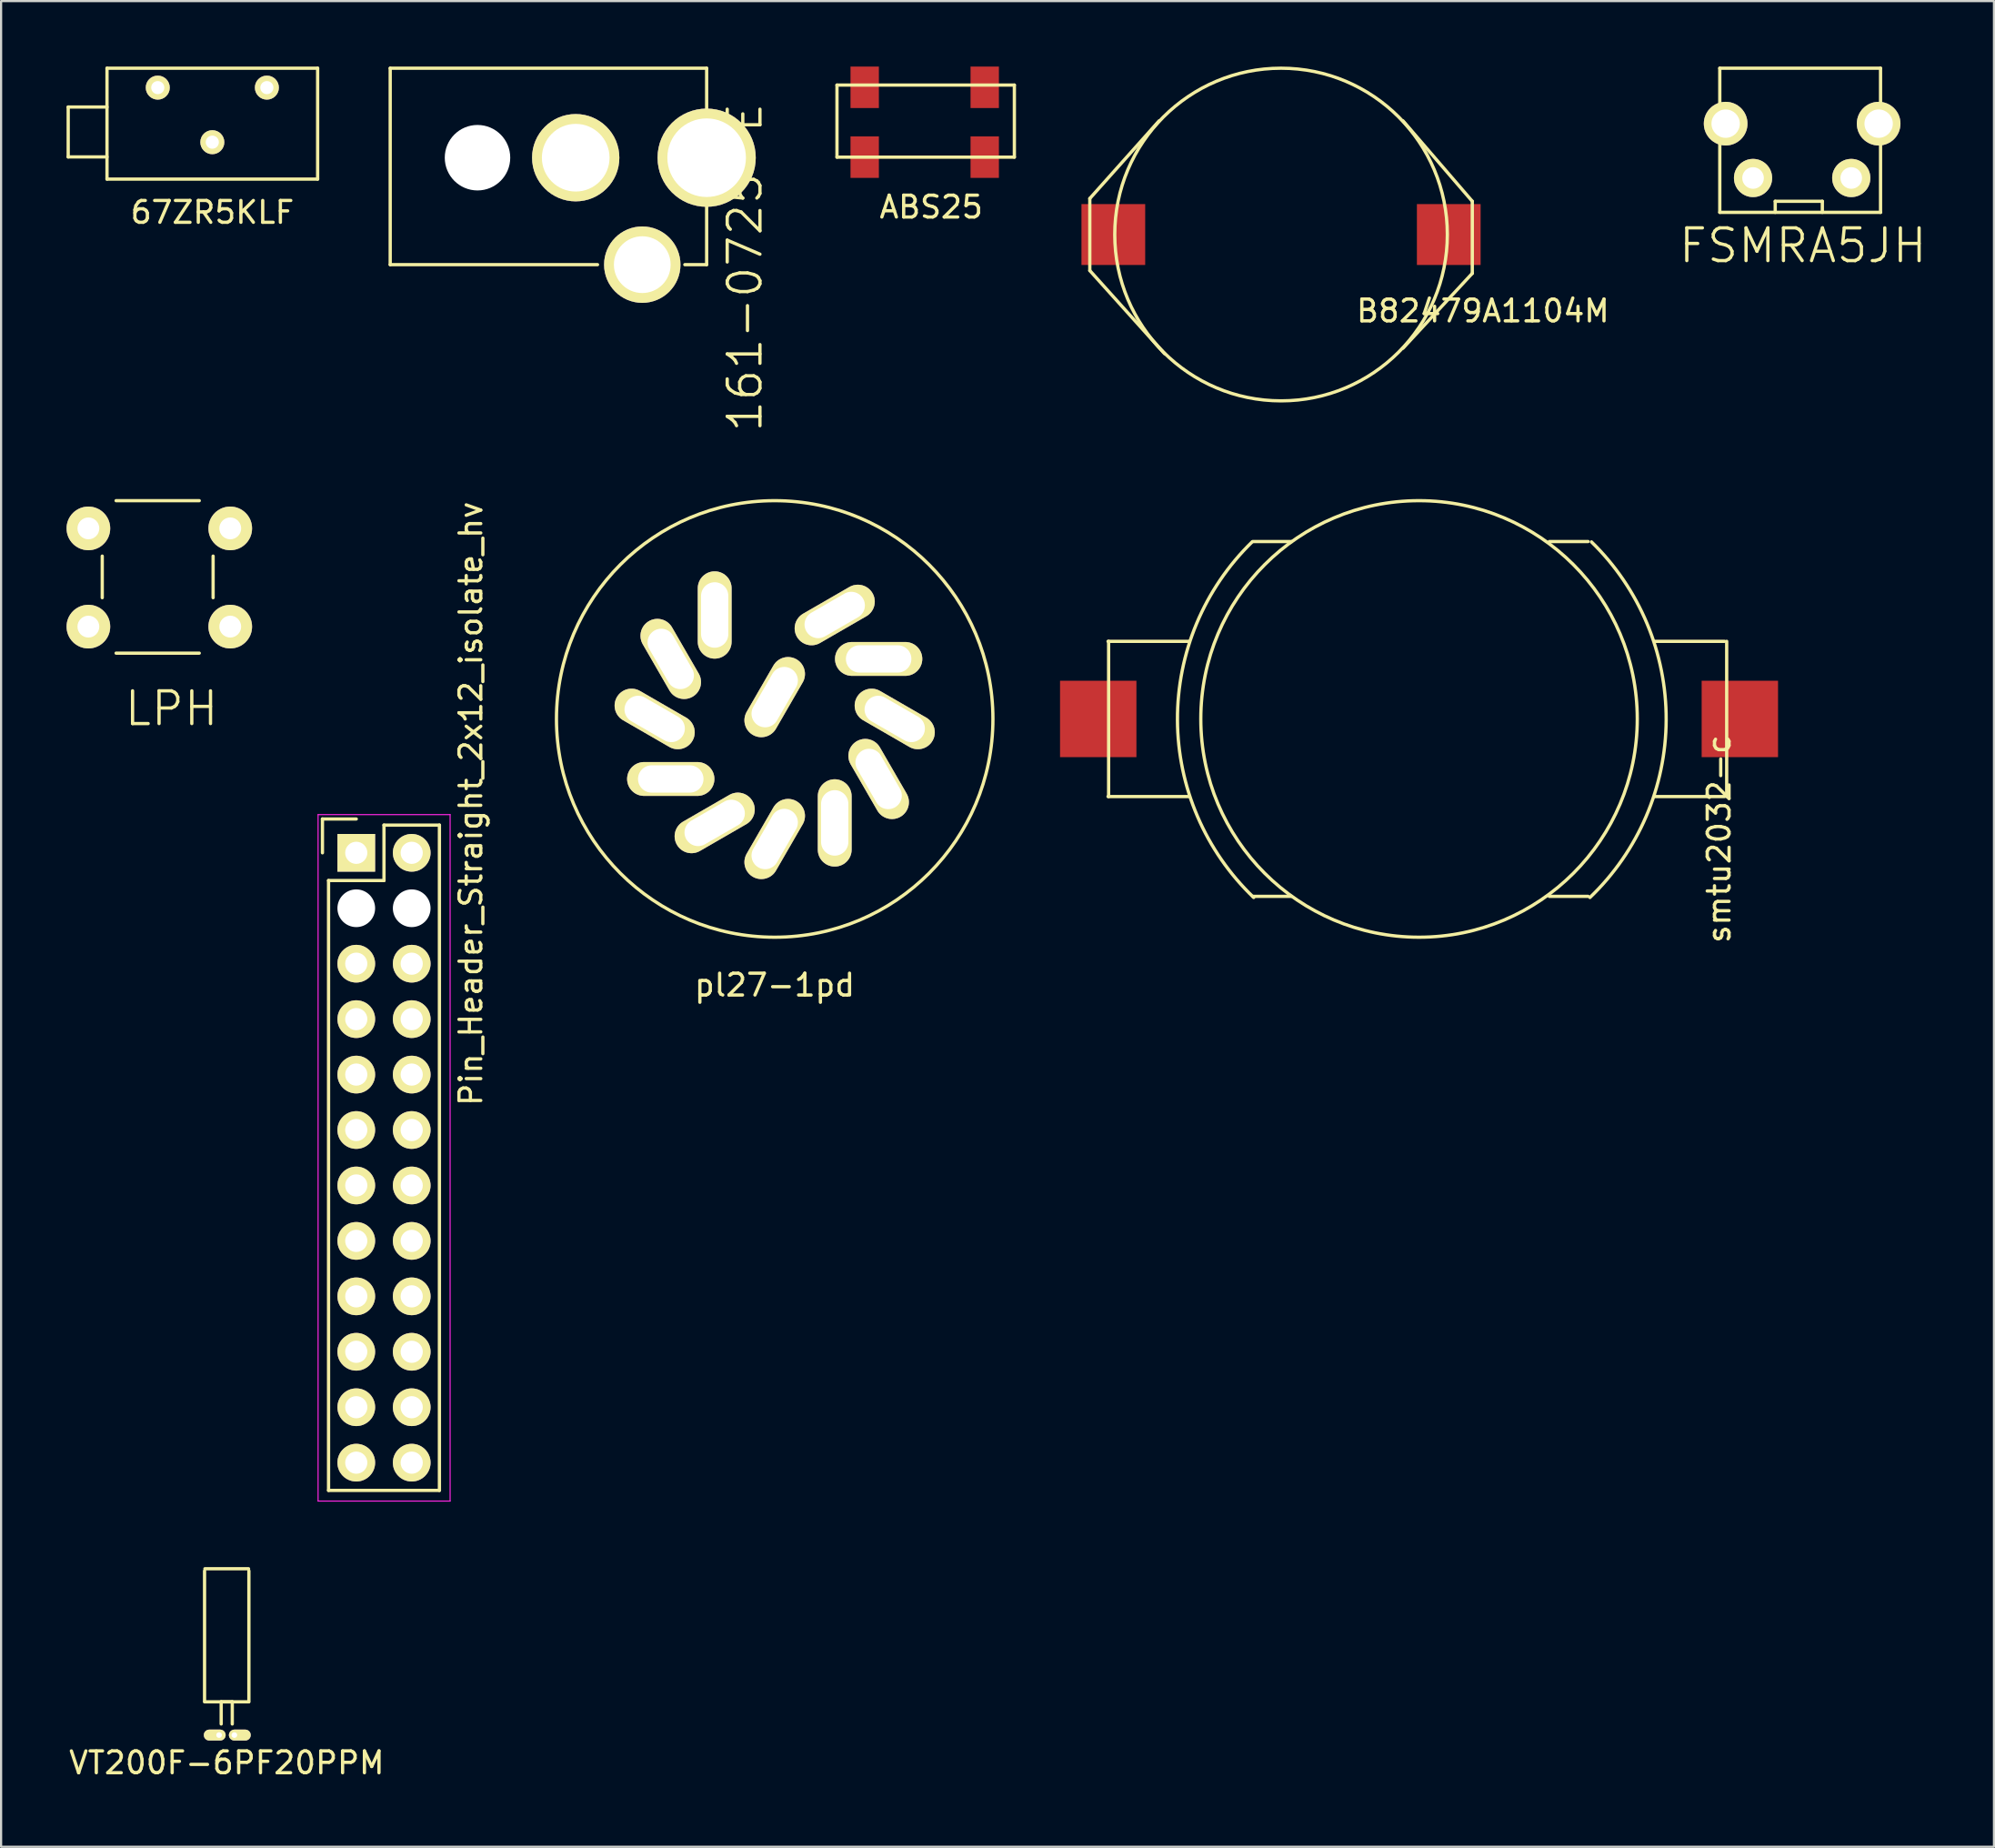
<source format=kicad_pcb>
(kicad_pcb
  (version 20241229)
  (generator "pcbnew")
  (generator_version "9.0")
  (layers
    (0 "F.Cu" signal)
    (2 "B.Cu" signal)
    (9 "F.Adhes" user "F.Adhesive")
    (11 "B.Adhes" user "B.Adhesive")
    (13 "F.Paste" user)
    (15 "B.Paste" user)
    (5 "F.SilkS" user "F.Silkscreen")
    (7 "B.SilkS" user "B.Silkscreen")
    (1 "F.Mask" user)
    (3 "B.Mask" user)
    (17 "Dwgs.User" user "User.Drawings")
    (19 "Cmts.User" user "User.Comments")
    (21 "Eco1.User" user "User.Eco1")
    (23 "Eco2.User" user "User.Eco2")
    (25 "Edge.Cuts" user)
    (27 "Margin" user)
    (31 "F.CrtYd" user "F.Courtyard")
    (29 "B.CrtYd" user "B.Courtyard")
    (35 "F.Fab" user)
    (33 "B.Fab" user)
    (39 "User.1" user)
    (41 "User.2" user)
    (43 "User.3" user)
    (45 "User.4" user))
  (footprint "VT200F-6PF20PPM"
    (layer "F.Cu")
    (at 7.339 76.441)
    (property "Reference" "VT200F-6PF20PPM" (at 0 1.27 0) (layer "F.SilkS") (effects (font (size 1 1) (thickness 0.15))))
    (attr through_hole)
    (fp_line (start -1.016 -1.524) (end -1.016 -7.524) (stroke (width 0.15) (type solid)) (layer "F.SilkS"))
    (fp_line (start -0.254 -1.524) (end 0.254 -1.524) (stroke (width 0.15) (type solid)) (layer "F.SilkS"))
    (fp_line (start -0.254 -0.508) (end -0.254 -1.524) (stroke (width 0.15) (type solid)) (layer "F.SilkS"))
    (fp_line (start 0.254 -1.524) (end 0.254 -0.508) (stroke (width 0.15) (type solid)) (layer "F.SilkS"))
    (fp_line (start 1 -7.62) (end -1 -7.62) (stroke (width 0.15) (type solid)) (layer "F.SilkS"))
    (fp_line (start 1 -1.524) (end -1 -1.524) (stroke (width 0.15) (type solid)) (layer "F.SilkS"))
    (fp_line (start 1.016 -1.524) (end 1.016 -7.524) (stroke (width 0.15) (type solid)) (layer "F.SilkS"))
    (pad "1" thru_hole oval (at 0.35 0) (size 1 0.5) (drill 0.26 (offset 0.25 0)) (layers "*.Cu" "*.Mask" "F.SilkS"))
    (pad "2" thru_hole oval (at -0.35 0) (size 1 0.5) (drill 0.26 (offset -0.2 0)) (layers "*.Cu" "*.Mask" "F.SilkS")))
  (footprint "ABS25"
    (layer "F.Cu")
    (at 36.572 4.15)
    (property "Reference" "ABS25" (at 3.048 2.286 0) (layer "F.SilkS") (effects (font (size 1 1) (thickness 0.15))))
    (attr through_hole)
    (fp_line (start -1.27 0) (end -1.27 -3.302) (stroke (width 0.15) (type solid)) (layer "F.SilkS"))
    (fp_line (start -1.27 0) (end 6.858 0) (stroke (width 0.15) (type solid)) (layer "F.SilkS"))
    (fp_line (start 6.858 -3.302) (end -1.27 -3.302) (stroke (width 0.15) (type solid)) (layer "F.SilkS"))
    (fp_line (start 6.858 0) (end 6.858 -3.302) (stroke (width 0.15) (type solid)) (layer "F.SilkS"))
    (pad "" smd rect (at 5.5 -3.2) (size 1.3 1.9) (layers "F.Cu" "F.Mask" "F.Paste"))
    (pad "" smd rect (at 5.5 0) (size 1.3 1.9) (layers "F.Cu" "F.Mask" "F.Paste"))
    (pad "1" smd rect (at 0 -3.2) (size 1.3 1.9) (layers "F.Cu" "F.Mask" "F.Paste"))
    (pad "2" smd rect (at 0 0) (size 1.3 1.9) (layers "F.Cu" "F.Mask" "F.Paste")))
  (footprint "161-0725-E"
    (layer "F.Cu")
    (at 14.83 9.075)
    (property "Reference" "161-0725-E" (at 16.256 0.127 90) (layer "F.SilkS") (effects (font (size 1.5 1.5) (thickness 0.15))))
    (attr through_hole)
    (fp_line (start 0 -9) (end 0 0) (stroke (width 0.15) (type solid)) (layer "F.SilkS"))
    (fp_line (start 9.5 0) (end 0 0) (stroke (width 0.15) (type solid)) (layer "F.SilkS"))
    (fp_line (start 14.5 -9) (end 0 -9) (stroke (width 0.15) (type solid)) (layer "F.SilkS"))
    (fp_line (start 14.5 0) (end 13.5 0) (stroke (width 0.15) (type solid)) (layer "F.SilkS"))
    (fp_line (start 14.5 0) (end 14.5 -9) (stroke (width 0.15) (type solid)) (layer "F.SilkS"))
    (pad "" np_thru_hole circle (at 4 -4.9) (size 3 3) (drill 3) (layers "*.Cu" "*.Mask"))
    (pad "1" thru_hole circle (at 14.5 -4.9) (size 4.5 4.5) (drill 3.6) (layers "*.Cu" "*.Mask" "F.SilkS"))
    (pad "2" thru_hole circle (at 11.55 0) (size 3.5 3.5) (drill 2.6) (layers "*.Cu" "*.Mask" "F.SilkS"))
    (pad "3" thru_hole circle (at 8.5 -4.9) (size 4 4) (drill 3.1) (layers "*.Cu" "*.Mask" "F.SilkS")))
  (footprint "B82479A1104M"
    (layer "F.Cu")
    (at 55.65 7.695)
    (property "Reference" "B82479A1104M" (at 9.25 3.5 0) (layer "F.SilkS") (effects (font (size 1 1) (thickness 0.15))))
    (attr smd)
    (fp_line (start -8.763 -1.651) (end -8.763 1.651) (stroke (width 0.15) (type solid)) (layer "F.SilkS"))
    (fp_line (start -8.763 -1.651) (end -5.588 -5.207) (stroke (width 0.15) (type solid)) (layer "F.SilkS"))
    (fp_line (start -8.763 1.651) (end -5.334 5.461) (stroke (width 0.15) (type solid)) (layer "F.SilkS"))
    (fp_line (start 8.763 -1.524) (end 5.588 -5.207) (stroke (width 0.15) (type solid)) (layer "F.SilkS"))
    (fp_line (start 8.763 -1.524) (end 8.763 1.778) (stroke (width 0.15) (type solid)) (layer "F.SilkS"))
    (fp_line (start 8.763 1.778) (end 5.588 5.207) (stroke (width 0.15) (type solid)) (layer "F.SilkS"))
    (fp_circle (center 0 0) (end 0 -7.62) (stroke (width 0.15) (type solid)) (fill no) (layer "F.SilkS"))
    (pad "1" smd rect (at -7.685 0) (size 2.92 2.79) (layers "F.Cu" "F.Mask" "F.Paste"))
    (pad "2" smd rect (at 7.685 0) (size 2.92 2.79) (layers "F.Cu" "F.Mask" "F.Paste")))
  (footprint "pl27-1pd"
    (layer "F.Cu")
    (at 32.448 29.888)
    (property "Reference" "pl27-1pd" (at 0 12.192 0) (layer "F.SilkS") (effects (font (size 1 1) (thickness 0.15))))
    (attr through_hole)
    (fp_circle (center 0 0) (end 0 -10) (stroke (width 0.15) (type solid)) (fill no) (layer "F.SilkS"))
    (pad "1" thru_hole oval (at -2.75 -4.763 90) (size 4 1.55) (drill oval 3 1.25) (layers "*.Cu" "*.Mask" "F.SilkS"))
    (pad "2" thru_hole oval (at -4.763 -2.75 120) (size 4 1.55) (drill oval 3 1.25) (layers "*.Cu" "*.Mask" "F.SilkS"))
    (pad "3" thru_hole oval (at -5.5 0 150) (size 4 1.55) (drill oval 3 1.25) (layers "*.Cu" "*.Mask" "F.SilkS"))
    (pad "4" thru_hole oval (at -4.763 2.75 180) (size 4 1.55) (drill oval 3 1.25) (layers "*.Cu" "*.Mask" "F.SilkS"))
    (pad "5" thru_hole oval (at -2.75 4.763 210) (size 4 1.55) (drill oval 3 1.25) (layers "*.Cu" "*.Mask" "F.SilkS"))
    (pad "6" thru_hole oval (at 0 5.5 240) (size 4 1.55) (drill oval 3 1.25) (layers "*.Cu" "*.Mask" "F.SilkS"))
    (pad "7" thru_hole oval (at 2.75 4.763 270) (size 4 1.55) (drill oval 3 1.25) (layers "*.Cu" "*.Mask" "F.SilkS"))
    (pad "8" thru_hole oval (at 4.763 2.75 300) (size 4 1.55) (drill oval 3 1.25) (layers "*.Cu" "*.Mask" "F.SilkS"))
    (pad "9" thru_hole oval (at 5.5 0 330) (size 4 1.55) (drill oval 3 1.25) (layers "*.Cu" "*.Mask" "F.SilkS"))
    (pad "10" thru_hole oval (at 4.763 -2.75) (size 4 1.55) (drill oval 3 1.25) (layers "*.Cu" "*.Mask" "F.SilkS"))
    (pad "11" thru_hole oval (at 2.75 -4.763 30) (size 4 1.55) (drill oval 3 1.25) (layers "*.Cu" "*.Mask" "F.SilkS"))
    (pad "12" thru_hole oval (at 0 -1 60) (size 4 1.55) (drill oval 3 1.25) (layers "*.Cu" "*.Mask" "F.SilkS")))
  (footprint "smtu2032-c"
    (layer "F.Cu")
    (at 61.973 29.888)
    (property "Reference" "smtu2032-c" (at 13.75 5.5 90) (layer "F.SilkS") (effects (font (size 1 1) (thickness 0.15))))
    (attr through_hole)
    (fp_line (start -14.25 -3.556) (end -10.541 -3.556) (stroke (width 0.15) (type solid)) (layer "F.SilkS"))
    (fp_line (start -14.25 3.556) (end -10.541 3.556) (stroke (width 0.15) (type solid)) (layer "F.SilkS"))
    (fp_line (start -14.224 -3.556) (end -14.224 3.556) (stroke (width 0.15) (type solid)) (layer "F.SilkS"))
    (fp_line (start -5.842 -8.128) (end -7.62 -8.128) (stroke (width 0.15) (type solid)) (layer "F.SilkS"))
    (fp_line (start -5.842 8.128) (end -7.62 8.128) (stroke (width 0.15) (type solid)) (layer "F.SilkS"))
    (fp_line (start 5.969 -8.128) (end 7.747 -8.128) (stroke (width 0.15) (type solid)) (layer "F.SilkS"))
    (fp_line (start 5.969 8.128) (end 7.747 8.128) (stroke (width 0.15) (type solid)) (layer "F.SilkS"))
    (fp_line (start 14 -3.556) (end 10.795 -3.556) (stroke (width 0.15) (type solid)) (layer "F.SilkS"))
    (fp_line (start 14 3.556) (end 10.795 3.556) (stroke (width 0.15) (type solid)) (layer "F.SilkS"))
    (fp_line (start 14.097 -3.556) (end 14.097 3.556) (stroke (width 0.15) (type solid)) (layer "F.SilkS"))
    (fp_arc (start -7.576894 8.179836) (mid -11.069878 0.049118) (end -7.647559 -8.111596) (stroke (width 0.15) (type solid)) (layer "F.SilkS"))
    (fp_arc (start 7.901559 -8.111596) (mid 11.323878 0.049118) (end 7.830894 8.179836) (stroke (width 0.15) (type solid)) (layer "F.SilkS"))
    (fp_circle (center 0 0) (end 10 0) (stroke (width 0.15) (type solid)) (fill no) (layer "F.SilkS"))
    (pad "1" smd rect (at -14.7 0) (size 3.5 3.5) (layers "F.Cu" "F.Mask" "F.Paste"))
    (pad "2" smd rect (at 14.7 0) (size 3.5 3.5) (layers "F.Cu" "F.Mask" "F.Paste")))
  (footprint "67ZR5KLF"
    (layer "F.Cu")
    (at 6.679 0.964)
    (property "Reference" "67ZR5KLF" (at 0 5.715 0) (layer "F.SilkS") (effects (font (size 1 1) (thickness 0.15))))
    (attr through_hole)
    (fp_line (start -6.604 0.889) (end -6.604 3.175) (stroke (width 0.15) (type solid)) (layer "F.SilkS"))
    (fp_line (start -6.604 3.175) (end -4.826 3.175) (stroke (width 0.15) (type solid)) (layer "F.SilkS"))
    (fp_line (start -4.826 -0.889) (end -4.826 4.191) (stroke (width 0.15) (type solid)) (layer "F.SilkS"))
    (fp_line (start -4.826 0.889) (end -6.604 0.889) (stroke (width 0.15) (type solid)) (layer "F.SilkS"))
    (fp_line (start -4.826 4.191) (end 4.826 4.191) (stroke (width 0.15) (type solid)) (layer "F.SilkS"))
    (fp_line (start 4.826 -0.889) (end -4.826 -0.889) (stroke (width 0.15) (type solid)) (layer "F.SilkS"))
    (fp_line (start 4.826 -0.889) (end 4.826 4.191) (stroke (width 0.15) (type solid)) (layer "F.SilkS"))
    (pad "1" thru_hole circle (at 2.5 0) (size 1.1 1.1) (drill 0.6) (layers "*.Cu" "*.Mask" "F.SilkS"))
    (pad "2" thru_hole circle (at 0 2.5) (size 1.1 1.1) (drill 0.6) (layers "*.Cu" "*.Mask" "F.SilkS"))
    (pad "3" thru_hole circle (at -2.5 0) (size 1.1 1.1) (drill 0.6) (layers "*.Cu" "*.Mask" "F.SilkS")))
  (footprint "Pin_Header_Straight_2x12_isolate_hv"
    (layer "F.Cu")
    (at 13.275 36.021)
    (property "Reference" "Pin_Header_Straight_2x12_isolate_hv" (at 5.25 -2.25 270) (layer "F.SilkS") (effects (font (size 1 1) (thickness 0.15))))
    (attr through_hole)
    (fp_line (start -1.55 -1.55) (end -1.55 0) (stroke (width 0.15) (type solid)) (layer "F.SilkS"))
    (fp_line (start -1.27 1.27) (end -1.27 29.21) (stroke (width 0.15) (type solid)) (layer "F.SilkS"))
    (fp_line (start 0 -1.55) (end -1.55 -1.55) (stroke (width 0.15) (type solid)) (layer "F.SilkS"))
    (fp_line (start 1.27 -1.27) (end 1.27 1.27) (stroke (width 0.15) (type solid)) (layer "F.SilkS"))
    (fp_line (start 1.27 1.27) (end -1.27 1.27) (stroke (width 0.15) (type solid)) (layer "F.SilkS"))
    (fp_line (start 3.81 -1.27) (end 1.27 -1.27) (stroke (width 0.15) (type solid)) (layer "F.SilkS"))
    (fp_line (start 3.81 29.21) (end -1.27 29.21) (stroke (width 0.15) (type solid)) (layer "F.SilkS"))
    (fp_line (start 3.81 29.21) (end 3.81 -1.27) (stroke (width 0.15) (type solid)) (layer "F.SilkS"))
    (fp_line (start -1.75 -1.75) (end -1.75 29.7) (stroke (width 0.05) (type solid)) (layer "F.CrtYd"))
    (fp_line (start -1.75 -1.75) (end 4.3 -1.75) (stroke (width 0.05) (type solid)) (layer "F.CrtYd"))
    (fp_line (start -1.75 29.7) (end 4.3 29.7) (stroke (width 0.05) (type solid)) (layer "F.CrtYd"))
    (fp_line (start 4.3 -1.75) (end 4.3 29.7) (stroke (width 0.05) (type solid)) (layer "F.CrtYd"))
    (pad "" np_thru_hole circle (at 0 2.54) (size 1.727 1.727) (drill 1.727) (layers "*.Cu" "*.Mask"))
    (pad "" np_thru_hole circle (at 2.54 2.54) (size 1.727 1.727) (drill 1.727) (layers "*.Cu" "*.Mask"))
    (pad "1" thru_hole rect (at 0 0) (size 1.727 1.727) (drill 1.016) (layers "*.Cu" "*.Mask" "F.SilkS"))
    (pad "2" thru_hole oval (at 2.54 0) (size 1.727 1.727) (drill 1.016) (layers "*.Cu" "*.Mask" "F.SilkS"))
    (pad "5" thru_hole oval (at 0 5.08) (size 1.727 1.727) (drill 1.016) (layers "*.Cu" "*.Mask" "F.SilkS"))
    (pad "6" thru_hole oval (at 2.54 5.08) (size 1.727 1.727) (drill 1.016) (layers "*.Cu" "*.Mask" "F.SilkS"))
    (pad "7" thru_hole oval (at 0 7.62) (size 1.727 1.727) (drill 1.016) (layers "*.Cu" "*.Mask" "F.SilkS"))
    (pad "8" thru_hole oval (at 2.54 7.62) (size 1.727 1.727) (drill 1.016) (layers "*.Cu" "*.Mask" "F.SilkS"))
    (pad "9" thru_hole oval (at 0 10.16) (size 1.727 1.727) (drill 1.016) (layers "*.Cu" "*.Mask" "F.SilkS"))
    (pad "10" thru_hole oval (at 2.54 10.16) (size 1.727 1.727) (drill 1.016) (layers "*.Cu" "*.Mask" "F.SilkS"))
    (pad "11" thru_hole oval (at 0 12.7) (size 1.727 1.727) (drill 1.016) (layers "*.Cu" "*.Mask" "F.SilkS"))
    (pad "12" thru_hole oval (at 2.54 12.7) (size 1.727 1.727) (drill 1.016) (layers "*.Cu" "*.Mask" "F.SilkS"))
    (pad "13" thru_hole oval (at 0 15.24) (size 1.727 1.727) (drill 1.016) (layers "*.Cu" "*.Mask" "F.SilkS"))
    (pad "14" thru_hole oval (at 2.54 15.24) (size 1.727 1.727) (drill 1.016) (layers "*.Cu" "*.Mask" "F.SilkS"))
    (pad "15" thru_hole oval (at 0 17.78) (size 1.727 1.727) (drill 1.016) (layers "*.Cu" "*.Mask" "F.SilkS"))
    (pad "16" thru_hole oval (at 2.54 17.78) (size 1.727 1.727) (drill 1.016) (layers "*.Cu" "*.Mask" "F.SilkS"))
    (pad "17" thru_hole oval (at 0 20.32) (size 1.727 1.727) (drill 1.016) (layers "*.Cu" "*.Mask" "F.SilkS"))
    (pad "18" thru_hole oval (at 2.54 20.32) (size 1.727 1.727) (drill 1.016) (layers "*.Cu" "*.Mask" "F.SilkS"))
    (pad "19" thru_hole oval (at 0 22.86) (size 1.727 1.727) (drill 1.016) (layers "*.Cu" "*.Mask" "F.SilkS"))
    (pad "20" thru_hole oval (at 2.54 22.86) (size 1.727 1.727) (drill 1.016) (layers "*.Cu" "*.Mask" "F.SilkS"))
    (pad "21" thru_hole oval (at 0 25.4) (size 1.727 1.727) (drill 1.016) (layers "*.Cu" "*.Mask" "F.SilkS"))
    (pad "22" thru_hole oval (at 2.54 25.4) (size 1.727 1.727) (drill 1.016) (layers "*.Cu" "*.Mask" "F.SilkS"))
    (pad "23" thru_hole oval (at 0 27.94) (size 1.727 1.727) (drill 1.016) (layers "*.Cu" "*.Mask" "F.SilkS"))
    (pad "24" thru_hole oval (at 2.54 27.94) (size 1.727 1.727) (drill 1.016) (layers "*.Cu" "*.Mask" "F.SilkS")))
  (footprint "FSMRA5JH"
    (layer "F.Cu")
    (at 77.278 2.615)
    (property "Reference" "FSMRA5JH" (at 2.286 5.588 0) (layer "F.SilkS") (effects (font (size 1.5 1.5) (thickness 0.15))))
    (attr through_hole)
    (fp_line (start -1.524 -2.54) (end 5.842 -2.54) (stroke (width 0.15) (type solid)) (layer "F.SilkS"))
    (fp_line (start -1.524 0) (end -1.524 -2.54) (stroke (width 0.15) (type solid)) (layer "F.SilkS"))
    (fp_line (start -1.524 0) (end -1.524 4.064) (stroke (width 0.15) (type solid)) (layer "F.SilkS"))
    (fp_line (start -1.524 4.064) (end 5.842 4.064) (stroke (width 0.15) (type solid)) (layer "F.SilkS"))
    (fp_line (start 1.016 3.556) (end 3.175 3.556) (stroke (width 0.15) (type solid)) (layer "F.SilkS"))
    (fp_line (start 1.016 4.064) (end 1.016 3.556) (stroke (width 0.15) (type solid)) (layer "F.SilkS"))
    (fp_line (start 3.175 3.556) (end 3.175 4.064) (stroke (width 0.15) (type solid)) (layer "F.SilkS"))
    (fp_line (start 5.842 -2.54) (end 5.842 0) (stroke (width 0.15) (type solid)) (layer "F.SilkS"))
    (fp_line (start 5.842 4.064) (end 5.842 0) (stroke (width 0.15) (type solid)) (layer "F.SilkS"))
    (pad "1" thru_hole circle (at 0 2.49) (size 1.75 1.75) (drill 0.99) (layers "*.Cu" "*.Mask" "F.SilkS"))
    (pad "2" thru_hole circle (at 4.5 2.49) (size 1.75 1.75) (drill 0.99) (layers "*.Cu" "*.Mask" "F.SilkS"))
    (pad "3" thru_hole circle (at 5.755 0) (size 2 2) (drill 1.3) (layers "*.Cu" "*.Mask" "F.SilkS"))
    (pad "4" thru_hole circle (at -1.255 0) (size 2 2) (drill 1.3) (layers "*.Cu" "*.Mask" "F.SilkS")))
  (footprint "LPH"
    (layer "F.Cu")
    (at 1 21.158)
    (property "Reference" "LPH" (at 3.81 8.255 0) (layer "F.SilkS") (effects (font (size 1.5 1.5) (thickness 0.15))))
    (attr through_hole)
    (fp_line (start 0.635 1.27) (end 0.635 3.175) (stroke (width 0.15) (type solid)) (layer "F.SilkS"))
    (fp_line (start 1.27 -1.27) (end 5.08 -1.27) (stroke (width 0.15) (type solid)) (layer "F.SilkS"))
    (fp_line (start 1.27 5.715) (end 5.08 5.715) (stroke (width 0.15) (type solid)) (layer "F.SilkS"))
    (fp_line (start 5.715 3.175) (end 5.715 1.27) (stroke (width 0.15) (type solid)) (layer "F.SilkS"))
    (pad "1" thru_hole circle (at 0 0) (size 2 2) (drill 1) (layers "*.Cu" "*.Mask" "F.SilkS"))
    (pad "2" thru_hole circle (at 6.5 0) (size 2 2) (drill 1) (layers "*.Cu" "*.Mask" "F.SilkS"))
    (pad "3" thru_hole circle (at 0 4.5) (size 2 2) (drill 1) (layers "*.Cu" "*.Mask" "F.SilkS"))
    (pad "4" thru_hole circle (at 6.5 4.5) (size 2 2) (drill 1) (layers "*.Cu" "*.Mask" "F.SilkS")))
  (gr_rect
    (start -3 -3)
    (end 88.318 81.559)
    (stroke (width 0.1) (type default))
    (fill no)
    (layer "Edge.Cuts")))
</source>
